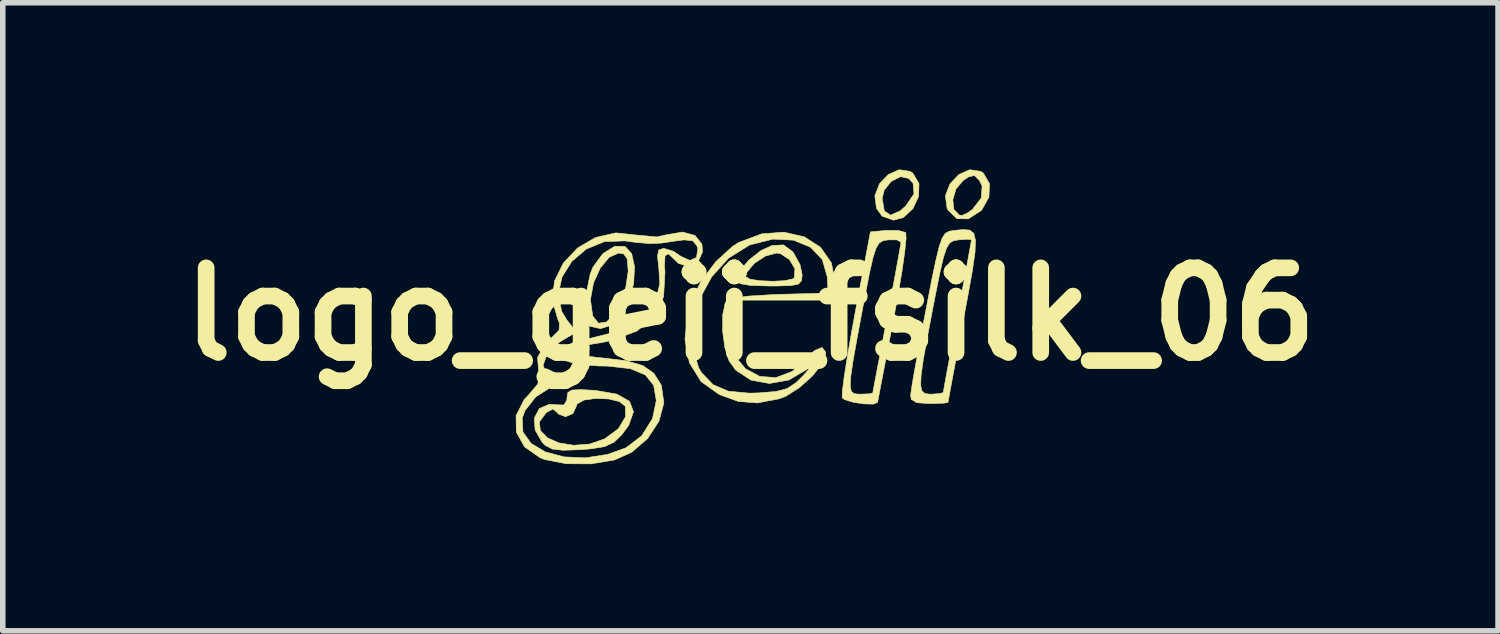
<source format=kicad_pcb>
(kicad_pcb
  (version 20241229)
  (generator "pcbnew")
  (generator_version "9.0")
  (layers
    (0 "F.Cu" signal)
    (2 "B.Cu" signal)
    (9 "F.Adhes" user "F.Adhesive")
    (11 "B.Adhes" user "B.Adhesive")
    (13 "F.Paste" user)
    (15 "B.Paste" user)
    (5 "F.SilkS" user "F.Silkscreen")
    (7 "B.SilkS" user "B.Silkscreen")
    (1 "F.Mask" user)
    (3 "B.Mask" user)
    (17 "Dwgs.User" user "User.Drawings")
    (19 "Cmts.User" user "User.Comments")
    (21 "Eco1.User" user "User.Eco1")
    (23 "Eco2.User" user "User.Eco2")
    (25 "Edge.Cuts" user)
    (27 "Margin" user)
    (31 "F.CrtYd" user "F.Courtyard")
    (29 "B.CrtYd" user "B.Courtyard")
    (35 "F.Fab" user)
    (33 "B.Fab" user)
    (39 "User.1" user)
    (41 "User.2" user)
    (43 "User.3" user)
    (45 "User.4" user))
  (footprint "logo_geii_fsilk_06"
    (layer "F.Cu")
    (at 10.458 2.606)
    (property "Reference" "logo_geii_fsilk_06" (at 0 0 0) (layer "F.SilkS") (effects (font (size 1.524 1.524) (thickness 0.3))))
    (attr through_hole)
    (fp_poly (pts (xy 2.875 -2.571) (xy 2.925 -2.537) (xy 3.034 -2.352) (xy 3.027 -2.122) (xy 2.926 -1.901) (xy 2.754 -1.741) (xy 2.576 -1.693) (xy 2.369 -1.766) (xy 2.269 -1.907) (xy 2.246 -2.084) (xy 2.371 -2.084) (xy 2.41 -1.858) (xy 2.523 -1.783) (xy 2.698 -1.862) (xy 2.794 -1.947) (xy 2.944 -2.166) (xy 2.928 -2.355) (xy 2.852 -2.443) (xy 2.702 -2.475) (xy 2.536 -2.393) (xy 2.409 -2.236) (xy 2.371 -2.084) (xy 2.246 -2.084) (xy 2.239 -2.132) (xy 2.322 -2.346) (xy 2.48 -2.514) (xy 2.677 -2.601) (xy 2.875 -2.571)) (stroke (width 0.01) (type solid)) (fill yes) (layer "F.SilkS"))
    (fp_poly (pts (xy 4.145 -2.571) (xy 4.195 -2.537) (xy 4.303 -2.349) (xy 4.293 -2.109) (xy 4.167 -1.882) (xy 4.149 -1.863) (xy 3.923 -1.716) (xy 3.715 -1.72) (xy 3.556 -1.875) (xy 3.539 -1.907) (xy 3.519 -2.061) (xy 3.643 -2.061) (xy 3.662 -1.886) (xy 3.76 -1.785) (xy 3.808 -1.778) (xy 3.911 -1.825) (xy 3.994 -1.884) (xy 4.154 -2.09) (xy 4.17 -2.308) (xy 4.122 -2.406) (xy 4.034 -2.495) (xy 3.931 -2.475) (xy 3.831 -2.41) (xy 3.7 -2.255) (xy 3.643 -2.061) (xy 3.519 -2.061) (xy 3.509 -2.132) (xy 3.592 -2.346) (xy 3.75 -2.514) (xy 3.947 -2.601) (xy 4.145 -2.571)) (stroke (width 0.01) (type solid)) (fill yes) (layer "F.SilkS"))
    (fp_poly (pts (xy 0.755 -1.13) (xy 0.776 -1.104) (xy 0.893 -0.891) (xy 0.931 -0.71) (xy 0.921 -0.605) (xy 0.867 -0.544) (xy 0.732 -0.516) (xy 0.478 -0.508) (xy 0.339 -0.508) (xy 0.007 -0.517) (xy -0.181 -0.548) (xy -0.252 -0.606) (xy -0.254 -0.623) (xy -0.232 -0.677) (xy -0.085 -0.677) (xy -0.01 -0.631) (xy 0.172 -0.603) (xy 0.402 -0.593) (xy 0.62 -0.604) (xy 0.765 -0.637) (xy 0.789 -0.656) (xy 0.801 -0.818) (xy 0.703 -0.983) (xy 0.541 -1.089) (xy 0.468 -1.101) (xy 0.268 -1.046) (xy 0.07 -0.916) (xy -0.062 -0.758) (xy -0.085 -0.677) (xy -0.232 -0.677) (xy -0.187 -0.791) (xy -0.019 -0.983) (xy 0.196 -1.15) (xy 0.388 -1.237) (xy 0.594 -1.248) (xy 0.755 -1.13)) (stroke (width 0.01) (type solid)) (fill yes) (layer "F.SilkS"))
    (fp_poly (pts (xy -2.259 -1.222) (xy -2.138 -1.092) (xy -2.086 -0.855) (xy -2.102 -0.555) (xy -2.183 -0.237) (xy -2.322 0.044) (xy -2.488 0.194) (xy -2.698 0.259) (xy -2.879 0.22) (xy -2.907 0.198) (xy -2.954 0.058) (xy -2.963 -0.183) (xy -2.958 -0.247) (xy -2.878 -0.247) (xy -2.839 0.032) (xy -2.736 0.162) (xy -2.59 0.14) (xy -2.425 -0.037) (xy -2.35 -0.17) (xy -2.248 -0.46) (xy -2.202 -0.764) (xy -2.201 -0.783) (xy -2.218 -0.996) (xy -2.282 -1.086) (xy -2.372 -1.101) (xy -2.543 -1.025) (xy -2.704 -0.829) (xy -2.825 -0.562) (xy -2.878 -0.272) (xy -2.878 -0.247) (xy -2.958 -0.247) (xy -2.938 -0.464) (xy -2.884 -0.723) (xy -2.835 -0.848) (xy -2.656 -1.091) (xy -2.445 -1.223) (xy -2.259 -1.222)) (stroke (width 0.01) (type solid)) (fill yes) (layer "F.SilkS"))
    (fp_poly (pts (xy -2.787 1.372) (xy -2.405 1.438) (xy -2.177 1.567) (xy -2.105 1.756) (xy -2.192 2.002) (xy -2.317 2.171) (xy -2.456 2.304) (xy -2.621 2.382) (xy -2.868 2.423) (xy -3.058 2.438) (xy -3.371 2.449) (xy -3.566 2.427) (xy -3.693 2.361) (xy -3.747 2.309) (xy -3.876 2.084) (xy -3.885 1.939) (xy -3.799 1.939) (xy -3.782 2.094) (xy -3.654 2.225) (xy -3.444 2.317) (xy -3.181 2.359) (xy -2.895 2.337) (xy -2.623 2.243) (xy -2.376 2.06) (xy -2.248 1.845) (xy -2.253 1.657) (xy -2.358 1.572) (xy -2.556 1.525) (xy -2.787 1.516) (xy -2.994 1.545) (xy -3.119 1.613) (xy -3.133 1.654) (xy -3.195 1.788) (xy -3.329 1.845) (xy -3.457 1.796) (xy -3.473 1.775) (xy -3.553 1.705) (xy -3.669 1.767) (xy -3.677 1.773) (xy -3.799 1.939) (xy -3.885 1.939) (xy -3.889 1.866) (xy -3.799 1.697) (xy -3.622 1.621) (xy -3.523 1.628) (xy -3.359 1.634) (xy -3.304 1.547) (xy -3.302 1.502) (xy -3.287 1.41) (xy -3.214 1.365) (xy -3.047 1.357) (xy -2.787 1.372)) (stroke (width 0.01) (type solid)) (fill yes) (layer "F.SilkS"))
    (fp_poly (pts (xy 2.658 -1.509) (xy 2.791 -1.472) (xy 2.796 -1.467) (xy 2.802 -1.365) (xy 2.778 -1.125) (xy 2.728 -0.775) (xy 2.656 -0.343) (xy 2.577 0.085) (xy 2.485 0.562) (xy 2.405 0.978) (xy 2.342 1.305) (xy 2.302 1.517) (xy 2.289 1.587) (xy 2.212 1.618) (xy 2.04 1.614) (xy 1.844 1.584) (xy 1.693 1.537) (xy 1.651 1.503) (xy 1.654 1.388) (xy 1.667 1.291) (xy 1.796 1.291) (xy 1.815 1.387) (xy 1.864 1.429) (xy 1.941 1.439) (xy 1.99 1.439) (xy 2.149 1.432) (xy 2.202 1.418) (xy 2.217 1.332) (xy 2.259 1.109) (xy 2.322 0.776) (xy 2.402 0.363) (xy 2.455 0.085) (xy 2.542 -0.368) (xy 2.616 -0.762) (xy 2.671 -1.067) (xy 2.703 -1.254) (xy 2.709 -1.297) (xy 2.637 -1.338) (xy 2.478 -1.339) (xy 2.388 -1.323) (xy 2.319 -1.283) (xy 2.262 -1.192) (xy 2.208 -1.025) (xy 2.146 -0.756) (xy 2.069 -0.361) (xy 2.016 -0.085) (xy 1.916 0.453) (xy 1.846 0.846) (xy 1.806 1.118) (xy 1.796 1.291) (xy 1.667 1.291) (xy 1.686 1.137) (xy 1.742 0.778) (xy 1.817 0.342) (xy 1.887 -0.042) (xy 2.16 -1.482) (xy 2.446 -1.509) (xy 2.658 -1.509)) (stroke (width 0.01) (type solid)) (fill yes) (layer "F.SilkS"))
    (fp_poly (pts (xy 3.949 -1.513) (xy 4.021 -1.455) (xy 4.051 -1.328) (xy 4.042 -1.111) (xy 3.995 -0.784) (xy 3.913 -0.325) (xy 3.841 0.056) (xy 3.75 0.539) (xy 3.672 0.96) (xy 3.61 1.292) (xy 3.57 1.511) (xy 3.556 1.587) (xy 3.481 1.601) (xy 3.293 1.608) (xy 3.217 1.609) (xy 2.993 1.593) (xy 2.896 1.533) (xy 2.883 1.46) (xy 2.901 1.331) (xy 2.909 1.279) (xy 3.064 1.279) (xy 3.087 1.381) (xy 3.142 1.427) (xy 3.227 1.439) (xy 3.26 1.439) (xy 3.419 1.428) (xy 3.471 1.408) (xy 3.486 1.318) (xy 3.527 1.091) (xy 3.59 0.754) (xy 3.668 0.337) (xy 3.725 0.032) (xy 3.81 -0.422) (xy 3.884 -0.814) (xy 3.939 -1.116) (xy 3.972 -1.298) (xy 3.979 -1.339) (xy 3.907 -1.35) (xy 3.748 -1.339) (xy 3.656 -1.323) (xy 3.586 -1.281) (xy 3.528 -1.187) (xy 3.473 -1.016) (xy 3.409 -0.742) (xy 3.328 -0.338) (xy 3.287 -0.127) (xy 3.183 0.419) (xy 3.111 0.82) (xy 3.072 1.1) (xy 3.064 1.279) (xy 2.909 1.279) (xy 2.945 1.066) (xy 3.012 0.697) (xy 3.094 0.255) (xy 3.16 -0.085) (xy 3.259 -0.596) (xy 3.336 -0.964) (xy 3.397 -1.215) (xy 3.451 -1.37) (xy 3.508 -1.455) (xy 3.575 -1.493) (xy 3.661 -1.508) (xy 3.67 -1.509) (xy 3.833 -1.524) (xy 3.949 -1.513)) (stroke (width 0.01) (type solid)) (fill yes) (layer "F.SilkS"))
    (fp_poly (pts (xy 0.969 -1.393) (xy 1.262 -1.205) (xy 1.456 -0.926) (xy 1.524 -0.581) (xy 1.524 -0.254) (xy -0.331 -0.254) (xy -0.386 0.037) (xy -0.395 0.423) (xy -0.287 0.743) (xy -0.09 0.98) (xy 0.167 1.119) (xy 0.457 1.141) (xy 0.751 1.03) (xy 0.97 0.836) (xy 1.156 0.653) (xy 1.29 0.598) (xy 1.352 0.679) (xy 1.355 0.717) (xy 1.288 0.896) (xy 1.116 1.111) (xy 0.886 1.318) (xy 0.642 1.474) (xy 0.522 1.521) (xy 0.125 1.597) (xy -0.218 1.57) (xy -0.557 1.448) (xy -0.889 1.212) (xy -1.098 0.874) (xy -1.153 0.586) (xy -1.047 0.586) (xy -0.931 0.966) (xy -0.877 1.055) (xy -0.673 1.268) (xy -0.4 1.385) (xy -0.02 1.421) (xy 0.151 1.416) (xy 0.459 1.391) (xy 0.661 1.338) (xy 0.821 1.232) (xy 0.955 1.099) (xy 1.07 0.97) (xy 1.077 0.945) (xy 1.012 0.996) (xy 0.69 1.185) (xy 0.341 1.247) (xy 0.009 1.186) (xy -0.264 1.007) (xy -0.385 0.839) (xy -0.461 0.602) (xy -0.501 0.302) (xy -0.499 0.01) (xy -0.454 -0.204) (xy -0.44 -0.23) (xy -0.317 -0.286) (xy -0.033 -0.327) (xy 0.406 -0.353) (xy 0.511 -0.357) (xy 1.397 -0.381) (xy 1.382 -0.676) (xy 1.294 -0.983) (xy 1.081 -1.206) (xy 0.775 -1.333) (xy 0.405 -1.352) (xy -0.000408 -1.25) (xy -0.024 -1.241) (xy -0.396 -1.008) (xy -0.698 -0.672) (xy -0.917 -0.27) (xy -1.037 0.162) (xy -1.047 0.586) (xy -1.153 0.586) (xy -1.178 0.453) (xy -1.124 -0.033) (xy -1.055 -0.264) (xy -0.879 -0.611) (xy -0.618 -0.951) (xy -0.326 -1.218) (xy -0.214 -1.29) (xy 0.202 -1.447) (xy 0.606 -1.477) (xy 0.969 -1.393)) (stroke (width 0.01) (type solid)) (fill yes) (layer "F.SilkS"))
    (fp_poly (pts (xy -0.998 -1.418) (xy -0.874 -1.262) (xy -0.862 -1.122) (xy -0.948 -0.931) (xy -1.111 -0.855) (xy -1.293 -0.914) (xy -1.351 -0.97) (xy -1.474 -1.085) (xy -1.537 -1.054) (xy -1.547 -0.87) (xy -1.538 -0.759) (xy -1.563 -0.315) (xy -1.731 0.039) (xy -2.042 0.302) (xy -2.495 0.473) (xy -2.686 0.512) (xy -2.96 0.555) (xy -3.164 0.584) (xy -3.239 0.592) (xy -3.301 0.656) (xy -3.302 0.665) (xy -3.224 0.706) (xy -3.019 0.747) (xy -2.728 0.781) (xy -2.678 0.785) (xy -2.24 0.837) (xy -1.938 0.924) (xy -1.739 1.063) (xy -1.61 1.267) (xy -1.603 1.284) (xy -1.558 1.597) (xy -1.648 1.928) (xy -1.85 2.237) (xy -2.138 2.485) (xy -2.445 2.623) (xy -2.872 2.694) (xy -3.316 2.691) (xy -3.703 2.616) (xy -3.782 2.586) (xy -4.067 2.387) (xy -4.215 2.121) (xy -4.218 1.868) (xy -4.108 1.868) (xy -4.095 2.121) (xy -3.946 2.328) (xy -3.689 2.479) (xy -3.355 2.568) (xy -2.972 2.585) (xy -2.569 2.523) (xy -2.24 2.404) (xy -1.957 2.188) (xy -1.762 1.877) (xy -1.695 1.553) (xy -1.742 1.28) (xy -1.892 1.092) (xy -2.162 0.98) (xy -2.57 0.934) (xy -2.736 0.931) (xy -3.119 0.902) (xy -3.359 0.827) (xy -3.45 0.723) (xy -3.389 0.608) (xy -3.172 0.5) (xy -2.858 0.427) (xy -2.329 0.294) (xy -1.951 0.091) (xy -1.721 -0.187) (xy -1.632 -0.545) (xy -1.648 -0.815) (xy -1.673 -1.047) (xy -1.65 -1.156) (xy -1.567 -1.185) (xy -1.557 -1.185) (xy -1.382 -1.131) (xy -1.254 -1.043) (xy -1.089 -0.967) (xy -0.971 -1.022) (xy -0.947 -1.178) (xy -0.963 -1.231) (xy -1.038 -1.322) (xy -1.195 -1.338) (xy -1.334 -1.32) (xy -1.599 -1.281) (xy -1.812 -1.271) (xy -2.055 -1.292) (xy -2.262 -1.32) (xy -2.629 -1.306) (xy -2.954 -1.173) (xy -3.215 -0.951) (xy -3.391 -0.671) (xy -3.459 -0.361) (xy -3.398 -0.051) (xy -3.302 0.107) (xy -3.133 0.322) (xy -3.429 0.497) (xy -3.653 0.694) (xy -3.731 0.918) (xy -3.654 1.138) (xy -3.619 1.179) (xy -3.557 1.28) (xy -3.618 1.33) (xy -3.865 1.489) (xy -4.055 1.731) (xy -4.108 1.868) (xy -4.218 1.868) (xy -4.219 1.825) (xy -4.072 1.536) (xy -3.992 1.451) (xy -3.828 1.257) (xy -3.8 1.093) (xy -3.81 1.059) (xy -3.832 0.777) (xy -3.69 0.524) (xy -3.582 0.426) (xy -3.445 0.288) (xy -3.436 0.162) (xy -3.466 0.095) (xy -3.567 -0.253) (xy -3.526 -0.6) (xy -3.367 -0.922) (xy -3.113 -1.191) (xy -2.789 -1.381) (xy -2.421 -1.464) (xy -2.069 -1.427) (xy -1.683 -1.391) (xy -1.514 -1.43) (xy -1.222 -1.479) (xy -0.998 -1.418)) (stroke (width 0.01) (type solid)) (fill yes) (layer "F.SilkS")))
  (gr_rect
    (start -3 -3)
    (end 23.915 8.305)
    (stroke (width 0.1) (type default))
    (fill no)
    (layer "Edge.Cuts")))
</source>
